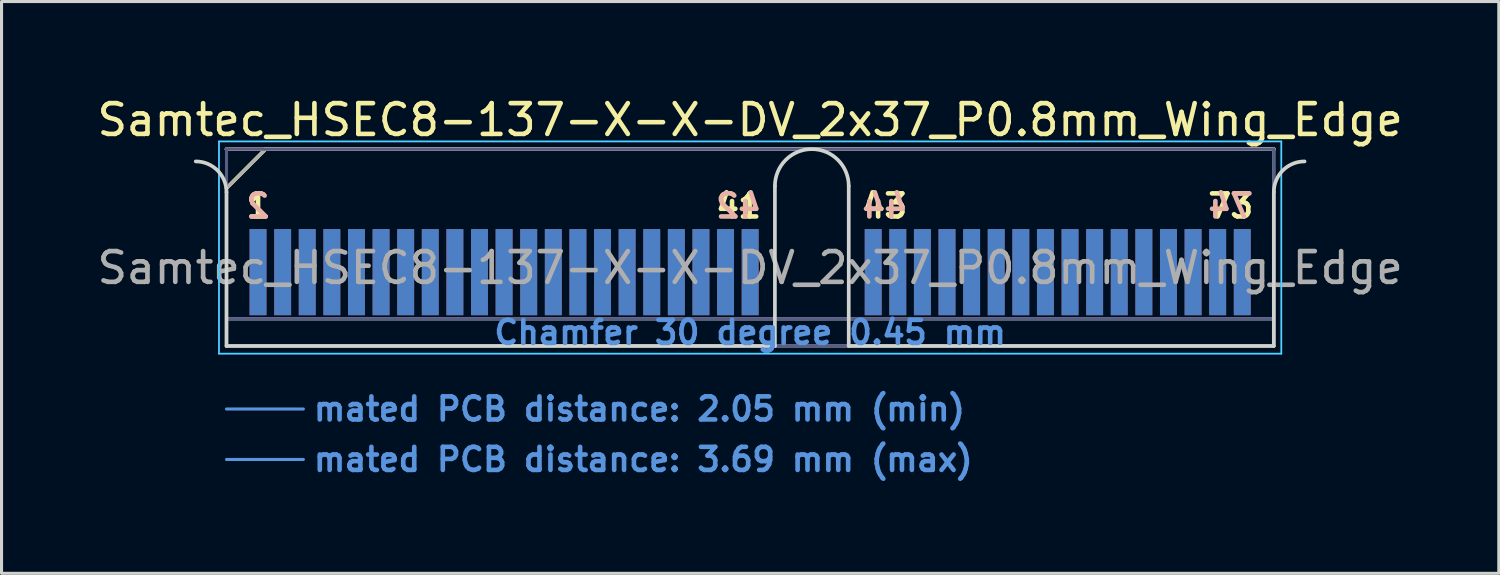
<source format=kicad_pcb>
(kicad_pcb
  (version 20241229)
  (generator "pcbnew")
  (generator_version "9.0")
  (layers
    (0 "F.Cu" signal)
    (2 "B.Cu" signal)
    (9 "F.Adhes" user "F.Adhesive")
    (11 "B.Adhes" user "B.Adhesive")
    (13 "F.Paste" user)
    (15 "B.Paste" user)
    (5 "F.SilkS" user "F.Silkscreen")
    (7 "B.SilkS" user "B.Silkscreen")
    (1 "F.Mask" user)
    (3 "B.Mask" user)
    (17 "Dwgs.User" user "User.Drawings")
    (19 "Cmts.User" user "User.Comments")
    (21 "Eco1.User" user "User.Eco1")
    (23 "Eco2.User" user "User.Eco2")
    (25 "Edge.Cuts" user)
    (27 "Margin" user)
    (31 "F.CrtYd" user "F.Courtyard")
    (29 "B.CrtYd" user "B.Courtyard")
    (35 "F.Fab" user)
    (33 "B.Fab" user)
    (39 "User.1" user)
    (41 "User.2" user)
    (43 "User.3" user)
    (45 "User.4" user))
  (footprint "Samtec_HSEC8-137-X-X-DV_2x37_P0.8mm_Wing_Edge"
    (layer "F.Cu")
    (at 21.339 8.198)
    (property "Reference" "Samtec_HSEC8-137-X-X-DV_2x37_P0.8mm_Wing_Edge" (at 0 -7.35 0) (layer "F.SilkS") (effects (font (size 1 1) (thickness 0.15))))
    (attr exclude_from_pos_files exclude_from_bom)
    (fp_line (start -17.025 -5.13) (end -15.755 -6.4) (stroke (width 0.12) (type solid)) (layer "F.SilkS"))
    (fp_line (start -15.755 -6.4) (end 17.025 -6.4) (stroke (width 0.12) (type solid)) (layer "F.SilkS"))
    (fp_line (start -17.025 -6.4) (end -17.025 -6.4) (stroke (width 0.12) (type solid)) (layer "B.SilkS"))
    (fp_line (start -17.025 -6.4) (end 17.025 -6.4) (stroke (width 0.12) (type solid)) (layer "B.SilkS"))
    (fp_line (start -17.025 2.05) (end -14.525 2.05) (stroke (width 0.1) (type solid)) (layer "Cmts.User"))
    (fp_line (start -17.025 3.69) (end -14.525 3.69) (stroke (width 0.1) (type solid)) (layer "Cmts.User"))
    (fp_line (start -17.025 -5) (end -17.025 0) (stroke (width 0.12) (type solid)) (layer "Edge.Cuts"))
    (fp_line (start -17.025 0) (end 0.805 0) (stroke (width 0.12) (type solid)) (layer "Edge.Cuts"))
    (fp_line (start 0.805 0) (end 0.805 -5.2) (stroke (width 0.12) (type solid)) (layer "Edge.Cuts"))
    (fp_line (start 3.205 -5.2) (end 3.205 0) (stroke (width 0.12) (type solid)) (layer "Edge.Cuts"))
    (fp_line (start 3.205 0) (end 17.025 0) (stroke (width 0.12) (type solid)) (layer "Edge.Cuts"))
    (fp_line (start 17.025 0) (end 17.025 -5) (stroke (width 0.12) (type solid)) (layer "Edge.Cuts"))
    (fp_arc (start -18.025 -6) (mid -17.317893 -5.707107) (end -17.025 -5) (stroke (width 0.12) (type solid)) (layer "Edge.Cuts"))
    (fp_arc (start 0.805 -5.2) (mid 2.005 -6.4) (end 3.205 -5.2) (stroke (width 0.12) (type solid)) (layer "Edge.Cuts"))
    (fp_arc (start 17.025 -5) (mid 17.317893 -5.707107) (end 18.025 -6) (stroke (width 0.12) (type solid)) (layer "Edge.Cuts"))
    (fp_line (start -17.27 -6.65) (end -17.27 0.25) (stroke (width 0.05) (type solid)) (layer "B.CrtYd"))
    (fp_line (start -17.27 0.25) (end 17.27 0.25) (stroke (width 0.05) (type solid)) (layer "B.CrtYd"))
    (fp_line (start 17.27 -6.65) (end -17.27 -6.65) (stroke (width 0.05) (type solid)) (layer "B.CrtYd"))
    (fp_line (start 17.27 0.25) (end 17.27 -6.65) (stroke (width 0.05) (type solid)) (layer "B.CrtYd"))
    (fp_line (start -17.27 -6.65) (end -17.27 0.25) (stroke (width 0.05) (type solid)) (layer "F.CrtYd"))
    (fp_line (start -17.27 0.25) (end 17.27 0.25) (stroke (width 0.05) (type solid)) (layer "F.CrtYd"))
    (fp_line (start 17.27 -6.65) (end -17.27 -6.65) (stroke (width 0.05) (type solid)) (layer "F.CrtYd"))
    (fp_line (start 17.27 0.25) (end 17.27 -6.65) (stroke (width 0.05) (type solid)) (layer "F.CrtYd"))
    (fp_line (start -17.025 -6.4) (end -17.025 -6.4) (stroke (width 0.1) (type solid)) (layer "B.Fab"))
    (fp_line (start -17.025 -6.4) (end -17.025 0) (stroke (width 0.1) (type solid)) (layer "B.Fab"))
    (fp_line (start -17.025 -6.4) (end 17.025 -6.4) (stroke (width 0.1) (type solid)) (layer "B.Fab"))
    (fp_line (start -17.025 -0.88) (end 17.025 -0.88) (stroke (width 0.1) (type solid)) (layer "B.Fab"))
    (fp_line (start -17.025 0) (end 17.025 0) (stroke (width 0.1) (type solid)) (layer "B.Fab"))
    (fp_line (start 17.025 -6.4) (end 17.025 0) (stroke (width 0.1) (type solid)) (layer "B.Fab"))
    (fp_line (start -17.025 -5.13) (end -17.025 0) (stroke (width 0.1) (type solid)) (layer "F.Fab"))
    (fp_line (start -17.025 -5.13) (end -15.755 -6.4) (stroke (width 0.1) (type solid)) (layer "F.Fab"))
    (fp_line (start -17.025 -0.88) (end 17.025 -0.88) (stroke (width 0.1) (type solid)) (layer "F.Fab"))
    (fp_line (start -17.025 0) (end 17.025 0) (stroke (width 0.1) (type solid)) (layer "F.Fab"))
    (fp_line (start -15.755 -6.4) (end 17.025 -6.4) (stroke (width 0.1) (type solid)) (layer "F.Fab"))
    (fp_line (start 17.025 -6.4) (end 17.025 0) (stroke (width 0.1) (type solid)) (layer "F.Fab"))
    (fp_text user "1" (at -16 -4.55 0) (layer "F.SilkS") (effects (font (size 0.75 0.75) (thickness 0.15))))
    (fp_text user "43" (at 4.375 -4.55 0) (layer "F.SilkS") (effects (font (size 0.75 0.75) (thickness 0.15))))
    (fp_text user "73" (at 15.625 -4.55 0) (layer "F.SilkS") (effects (font (size 0.75 0.75) (thickness 0.15))))
    (fp_text user "41" (at -0.375 -4.55 0) (layer "F.SilkS") (effects (font (size 0.75 0.75) (thickness 0.15))))
    (fp_text user "42" (at -0.375 -4.55 0) (layer "B.SilkS") (effects (font (size 0.75 0.75) (thickness 0.15)) (justify mirror)))
    (fp_text user "2" (at -16 -4.55 0) (layer "B.SilkS") (effects (font (size 0.75 0.75) (thickness 0.15)) (justify mirror)))
    (fp_text user "74" (at 15.625 -4.55 0) (layer "B.SilkS") (effects (font (size 0.75 0.75) (thickness 0.15)) (justify mirror)))
    (fp_text user "44" (at 4.375 -4.55 0) (layer "B.SilkS") (effects (font (size 0.75 0.75) (thickness 0.15)) (justify mirror)))
    (fp_text user "Chamfer 30 degree 0.45 mm" (at 0 -0.44 0) (layer "Cmts.User") (effects (font (size 0.75 0.75) (thickness 0.15))))
    (fp_text user "mated PCB distance: 2.05 mm (min)" (at -14.27 2.05 0) (layer "Cmts.User") (effects (font (size 0.75 0.75) (thickness 0.15)) (justify left)))
    (fp_text user "mated PCB distance: 3.69 mm (max)" (at -14.27 3.69 0) (layer "Cmts.User") (effects (font (size 0.75 0.75) (thickness 0.15)) (justify left)))
    (fp_text user "${REFERENCE}" (at 0 -2.54 0) (layer "F.Fab") (effects (font (size 1 1) (thickness 0.15))))
    (pad "1" connect rect (at -16 -2.4) (size 0.55 2.8) (layers "F.Cu" "F.Mask"))
    (pad "2" connect rect (at -16 -2.4) (size 0.55 2.8) (layers "B.Cu" "B.Mask"))
    (pad "3" connect rect (at -15.2 -2.4) (size 0.55 2.8) (layers "F.Cu" "F.Mask"))
    (pad "4" connect rect (at -15.2 -2.4) (size 0.55 2.8) (layers "B.Cu" "B.Mask"))
    (pad "5" connect rect (at -14.4 -2.4) (size 0.55 2.8) (layers "F.Cu" "F.Mask"))
    (pad "6" connect rect (at -14.4 -2.4) (size 0.55 2.8) (layers "B.Cu" "B.Mask"))
    (pad "7" connect rect (at -13.6 -2.4) (size 0.55 2.8) (layers "F.Cu" "F.Mask"))
    (pad "8" connect rect (at -13.6 -2.4) (size 0.55 2.8) (layers "B.Cu" "B.Mask"))
    (pad "9" connect rect (at -12.8 -2.4) (size 0.55 2.8) (layers "F.Cu" "F.Mask"))
    (pad "10" connect rect (at -12.8 -2.4) (size 0.55 2.8) (layers "B.Cu" "B.Mask"))
    (pad "11" connect rect (at -12 -2.4) (size 0.55 2.8) (layers "F.Cu" "F.Mask"))
    (pad "12" connect rect (at -12 -2.4) (size 0.55 2.8) (layers "B.Cu" "B.Mask"))
    (pad "13" connect rect (at -11.2 -2.4) (size 0.55 2.8) (layers "F.Cu" "F.Mask"))
    (pad "14" connect rect (at -11.2 -2.4) (size 0.55 2.8) (layers "B.Cu" "B.Mask"))
    (pad "15" connect rect (at -10.4 -2.4) (size 0.55 2.8) (layers "F.Cu" "F.Mask"))
    (pad "16" connect rect (at -10.4 -2.4) (size 0.55 2.8) (layers "B.Cu" "B.Mask"))
    (pad "17" connect rect (at -9.6 -2.4) (size 0.55 2.8) (layers "F.Cu" "F.Mask"))
    (pad "18" connect rect (at -9.6 -2.4) (size 0.55 2.8) (layers "B.Cu" "B.Mask"))
    (pad "19" connect rect (at -8.8 -2.4) (size 0.55 2.8) (layers "F.Cu" "F.Mask"))
    (pad "20" connect rect (at -8.8 -2.4) (size 0.55 2.8) (layers "B.Cu" "B.Mask"))
    (pad "21" connect rect (at -8 -2.4) (size 0.55 2.8) (layers "F.Cu" "F.Mask"))
    (pad "22" connect rect (at -8 -2.4) (size 0.55 2.8) (layers "B.Cu" "B.Mask"))
    (pad "23" connect rect (at -7.2 -2.4) (size 0.55 2.8) (layers "F.Cu" "F.Mask"))
    (pad "24" connect rect (at -7.2 -2.4) (size 0.55 2.8) (layers "B.Cu" "B.Mask"))
    (pad "25" connect rect (at -6.4 -2.4) (size 0.55 2.8) (layers "F.Cu" "F.Mask"))
    (pad "26" connect rect (at -6.4 -2.4) (size 0.55 2.8) (layers "B.Cu" "B.Mask"))
    (pad "27" connect rect (at -5.6 -2.4) (size 0.55 2.8) (layers "F.Cu" "F.Mask"))
    (pad "28" connect rect (at -5.6 -2.4) (size 0.55 2.8) (layers "B.Cu" "B.Mask"))
    (pad "29" connect rect (at -4.8 -2.4) (size 0.55 2.8) (layers "F.Cu" "F.Mask"))
    (pad "30" connect rect (at -4.8 -2.4) (size 0.55 2.8) (layers "B.Cu" "B.Mask"))
    (pad "31" connect rect (at -4 -2.4) (size 0.55 2.8) (layers "F.Cu" "F.Mask"))
    (pad "32" connect rect (at -4 -2.4) (size 0.55 2.8) (layers "B.Cu" "B.Mask"))
    (pad "33" connect rect (at -3.2 -2.4) (size 0.55 2.8) (layers "F.Cu" "F.Mask"))
    (pad "34" connect rect (at -3.2 -2.4) (size 0.55 2.8) (layers "B.Cu" "B.Mask"))
    (pad "35" connect rect (at -2.4 -2.4) (size 0.55 2.8) (layers "F.Cu" "F.Mask"))
    (pad "36" connect rect (at -2.4 -2.4) (size 0.55 2.8) (layers "B.Cu" "B.Mask"))
    (pad "37" connect rect (at -1.6 -2.4) (size 0.55 2.8) (layers "F.Cu" "F.Mask"))
    (pad "38" connect rect (at -1.6 -2.4) (size 0.55 2.8) (layers "B.Cu" "B.Mask"))
    (pad "39" connect rect (at -0.8 -2.4) (size 0.55 2.8) (layers "F.Cu" "F.Mask"))
    (pad "40" connect rect (at -0.8 -2.4) (size 0.55 2.8) (layers "B.Cu" "B.Mask"))
    (pad "41" connect rect (at 0 -2.4) (size 0.55 2.8) (layers "F.Cu" "F.Mask"))
    (pad "42" connect rect (at 0 -2.4) (size 0.55 2.8) (layers "B.Cu" "B.Mask"))
    (pad "43" connect rect (at 4 -2.4) (size 0.55 2.8) (layers "F.Cu" "F.Mask"))
    (pad "44" connect rect (at 4 -2.4) (size 0.55 2.8) (layers "B.Cu" "B.Mask"))
    (pad "45" connect rect (at 4.8 -2.4) (size 0.55 2.8) (layers "F.Cu" "F.Mask"))
    (pad "46" connect rect (at 4.8 -2.4) (size 0.55 2.8) (layers "B.Cu" "B.Mask"))
    (pad "47" connect rect (at 5.6 -2.4) (size 0.55 2.8) (layers "F.Cu" "F.Mask"))
    (pad "48" connect rect (at 5.6 -2.4) (size 0.55 2.8) (layers "B.Cu" "B.Mask"))
    (pad "49" connect rect (at 6.4 -2.4) (size 0.55 2.8) (layers "F.Cu" "F.Mask"))
    (pad "50" connect rect (at 6.4 -2.4) (size 0.55 2.8) (layers "B.Cu" "B.Mask"))
    (pad "51" connect rect (at 7.2 -2.4) (size 0.55 2.8) (layers "F.Cu" "F.Mask"))
    (pad "52" connect rect (at 7.2 -2.4) (size 0.55 2.8) (layers "B.Cu" "B.Mask"))
    (pad "53" connect rect (at 8 -2.4) (size 0.55 2.8) (layers "F.Cu" "F.Mask"))
    (pad "54" connect rect (at 8 -2.4) (size 0.55 2.8) (layers "B.Cu" "B.Mask"))
    (pad "55" connect rect (at 8.8 -2.4) (size 0.55 2.8) (layers "F.Cu" "F.Mask"))
    (pad "56" connect rect (at 8.8 -2.4) (size 0.55 2.8) (layers "B.Cu" "B.Mask"))
    (pad "57" connect rect (at 9.6 -2.4) (size 0.55 2.8) (layers "F.Cu" "F.Mask"))
    (pad "58" connect rect (at 9.6 -2.4) (size 0.55 2.8) (layers "B.Cu" "B.Mask"))
    (pad "59" connect rect (at 10.4 -2.4) (size 0.55 2.8) (layers "F.Cu" "F.Mask"))
    (pad "60" connect rect (at 10.4 -2.4) (size 0.55 2.8) (layers "B.Cu" "B.Mask"))
    (pad "61" connect rect (at 11.2 -2.4) (size 0.55 2.8) (layers "F.Cu" "F.Mask"))
    (pad "62" connect rect (at 11.2 -2.4) (size 0.55 2.8) (layers "B.Cu" "B.Mask"))
    (pad "63" connect rect (at 12 -2.4) (size 0.55 2.8) (layers "F.Cu" "F.Mask"))
    (pad "64" connect rect (at 12 -2.4) (size 0.55 2.8) (layers "B.Cu" "B.Mask"))
    (pad "65" connect rect (at 12.8 -2.4) (size 0.55 2.8) (layers "F.Cu" "F.Mask"))
    (pad "66" connect rect (at 12.8 -2.4) (size 0.55 2.8) (layers "B.Cu" "B.Mask"))
    (pad "67" connect rect (at 13.6 -2.4) (size 0.55 2.8) (layers "F.Cu" "F.Mask"))
    (pad "68" connect rect (at 13.6 -2.4) (size 0.55 2.8) (layers "B.Cu" "B.Mask"))
    (pad "69" connect rect (at 14.4 -2.4) (size 0.55 2.8) (layers "F.Cu" "F.Mask"))
    (pad "70" connect rect (at 14.4 -2.4) (size 0.55 2.8) (layers "B.Cu" "B.Mask"))
    (pad "71" connect rect (at 15.2 -2.4) (size 0.55 2.8) (layers "F.Cu" "F.Mask"))
    (pad "72" connect rect (at 15.2 -2.4) (size 0.55 2.8) (layers "B.Cu" "B.Mask"))
    (pad "73" connect rect (at 16 -2.4) (size 0.55 2.8) (layers "F.Cu" "F.Mask"))
    (pad "74" connect rect (at 16 -2.4) (size 0.55 2.8) (layers "B.Cu" "B.Mask")))
  (gr_rect
    (start -3 -3)
    (end 45.679 15.59)
    (stroke (width 0.1) (type default))
    (fill no)
    (layer "Edge.Cuts")))
</source>
